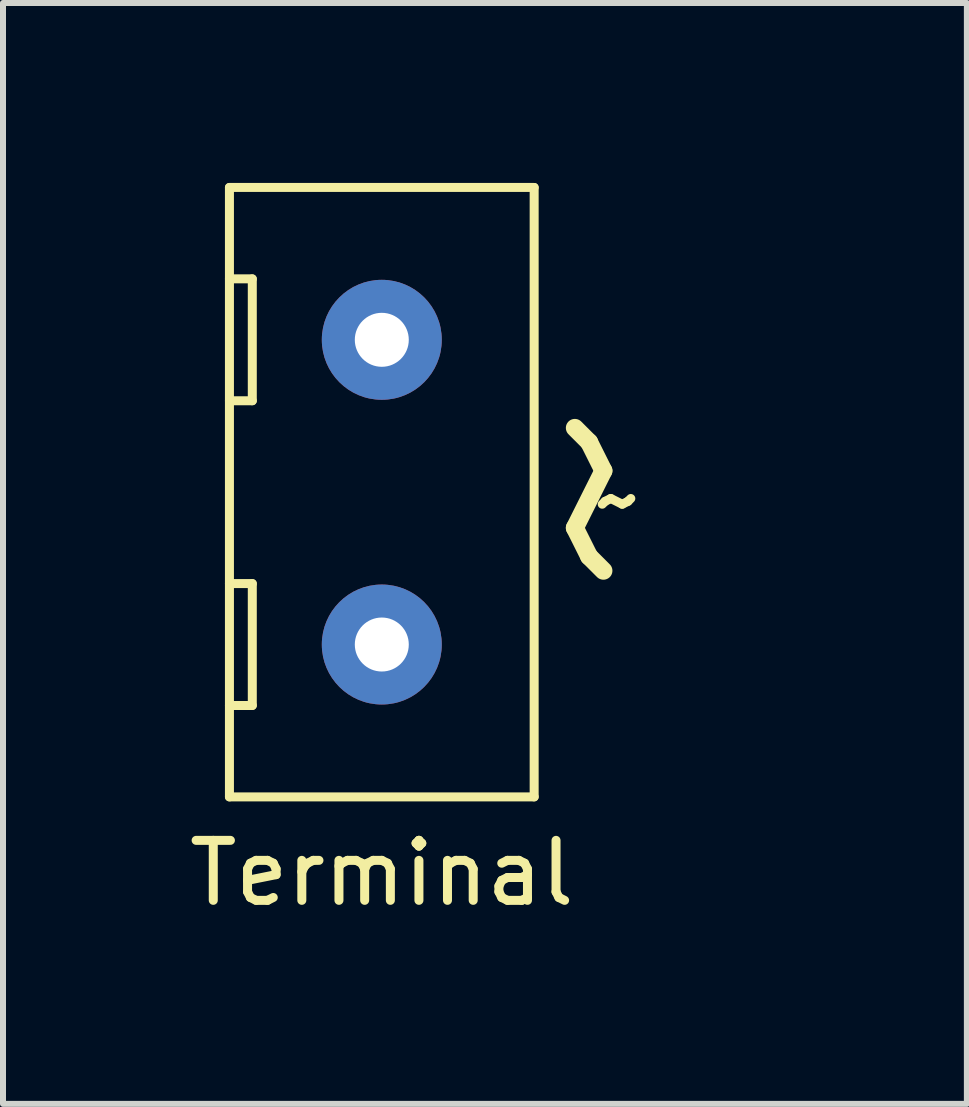
<source format=kicad_pcb>
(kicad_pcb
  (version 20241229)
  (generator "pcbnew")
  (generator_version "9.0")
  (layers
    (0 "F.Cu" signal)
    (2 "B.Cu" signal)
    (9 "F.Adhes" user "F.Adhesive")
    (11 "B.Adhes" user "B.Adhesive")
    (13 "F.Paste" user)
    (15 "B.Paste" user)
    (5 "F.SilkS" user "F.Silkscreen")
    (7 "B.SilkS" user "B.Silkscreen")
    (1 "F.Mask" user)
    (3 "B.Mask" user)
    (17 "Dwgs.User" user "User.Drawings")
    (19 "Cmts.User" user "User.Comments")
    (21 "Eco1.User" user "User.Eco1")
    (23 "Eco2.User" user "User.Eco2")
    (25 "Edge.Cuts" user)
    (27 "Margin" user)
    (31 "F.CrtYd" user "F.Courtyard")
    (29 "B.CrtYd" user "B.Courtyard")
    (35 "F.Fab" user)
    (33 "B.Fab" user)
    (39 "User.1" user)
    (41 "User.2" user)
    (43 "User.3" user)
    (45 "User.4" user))
  (footprint "Terminal"
    (layer "F.Cu")
    (at 3.315 5.155)
    (property "Reference" "Terminal" (at 0 6.35 0) (layer "F.SilkS") (effects (font (size 1 1) (thickness 0.15))))
    (attr through_hole)
    (fp_line (start -2.54 -5.08) (end 2.54 -5.08) (stroke (width 0.15) (type solid)) (layer "F.SilkS"))
    (fp_line (start -2.54 -3.556) (end -2.159 -3.556) (stroke (width 0.15) (type solid)) (layer "F.SilkS"))
    (fp_line (start -2.54 1.524) (end -2.159 1.524) (stroke (width 0.15) (type solid)) (layer "F.SilkS"))
    (fp_line (start -2.54 5.08) (end -2.54 -5.08) (stroke (width 0.15) (type solid)) (layer "F.SilkS"))
    (fp_line (start -2.159 -3.556) (end -2.159 -1.524) (stroke (width 0.15) (type solid)) (layer "F.SilkS"))
    (fp_line (start -2.159 -1.524) (end -2.54 -1.524) (stroke (width 0.15) (type solid)) (layer "F.SilkS"))
    (fp_line (start -2.159 1.524) (end -2.159 3.556) (stroke (width 0.15) (type solid)) (layer "F.SilkS"))
    (fp_line (start -2.159 3.556) (end -2.54 3.556) (stroke (width 0.15) (type solid)) (layer "F.SilkS"))
    (fp_line (start 2.54 -5.08) (end 2.54 5.08) (stroke (width 0.15) (type solid)) (layer "F.SilkS"))
    (fp_line (start 2.54 5.08) (end -2.54 5.08) (stroke (width 0.15) (type solid)) (layer "F.SilkS"))
    (fp_text user "~" (at 3.302 0 90) (layer "F.SilkS") (effects (font (size 5 5) (thickness 0.3))))
    (fp_text user "~" (at 3.937 0.127 0) (layer "F.SilkS") (effects (font (size 1 1) (thickness 0.15))))
    (pad "1" thru_hole circle (at 0 2.54) (size 2 2) (drill 0.9) (layers "*.Cu" "*.Mask"))
    (pad "2" thru_hole circle (at 0 -2.54) (size 2 2) (drill 0.9) (layers "*.Cu" "*.Mask")))
  (gr_rect
    (start -3 -3)
    (end 13.069 15.353)
    (stroke (width 0.1) (type default))
    (fill no)
    (layer "Edge.Cuts")))
</source>
